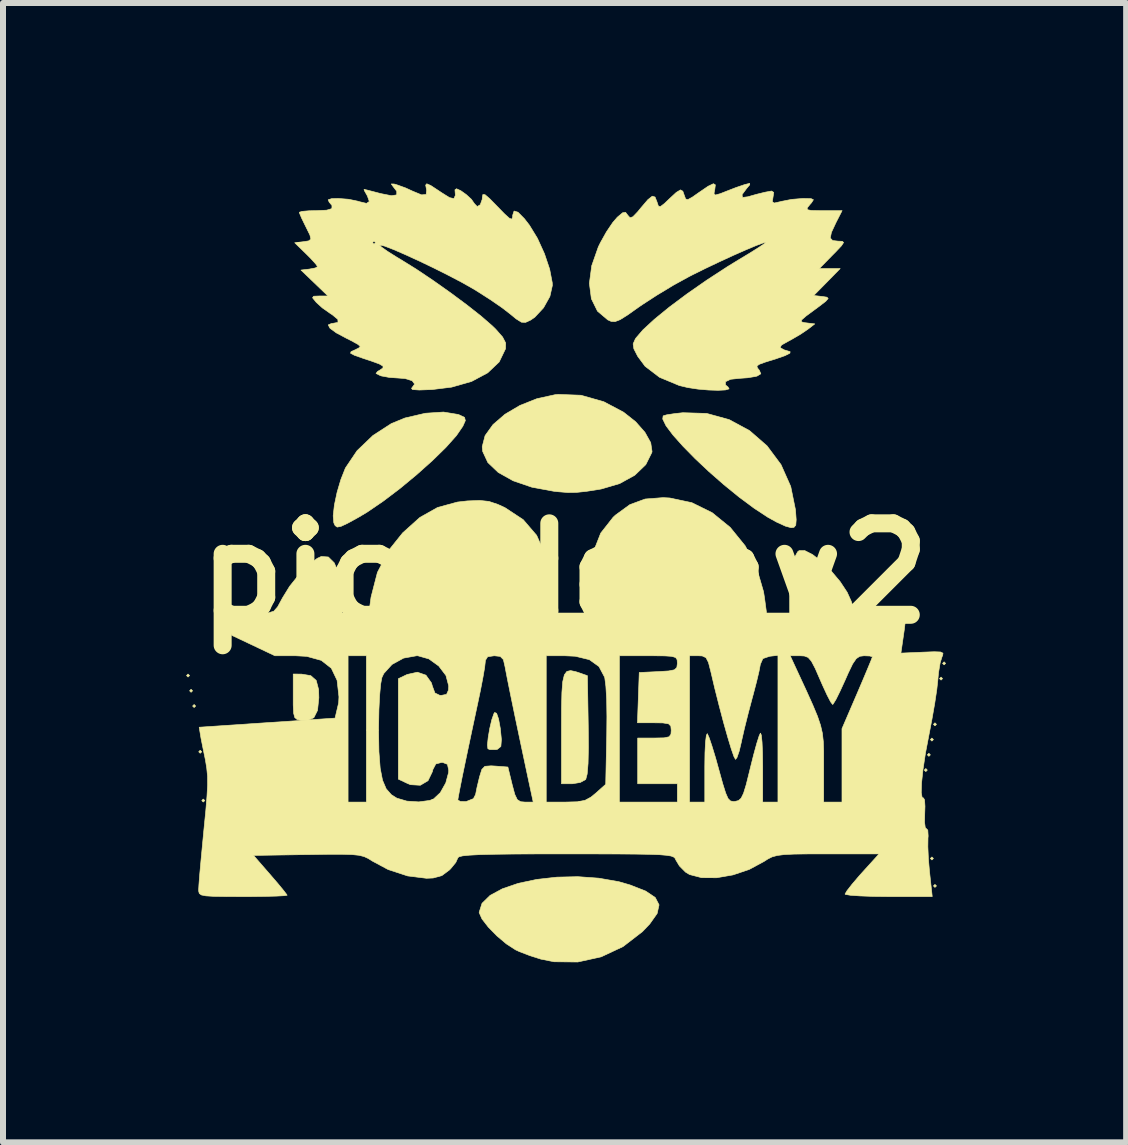
<source format=kicad_pcb>
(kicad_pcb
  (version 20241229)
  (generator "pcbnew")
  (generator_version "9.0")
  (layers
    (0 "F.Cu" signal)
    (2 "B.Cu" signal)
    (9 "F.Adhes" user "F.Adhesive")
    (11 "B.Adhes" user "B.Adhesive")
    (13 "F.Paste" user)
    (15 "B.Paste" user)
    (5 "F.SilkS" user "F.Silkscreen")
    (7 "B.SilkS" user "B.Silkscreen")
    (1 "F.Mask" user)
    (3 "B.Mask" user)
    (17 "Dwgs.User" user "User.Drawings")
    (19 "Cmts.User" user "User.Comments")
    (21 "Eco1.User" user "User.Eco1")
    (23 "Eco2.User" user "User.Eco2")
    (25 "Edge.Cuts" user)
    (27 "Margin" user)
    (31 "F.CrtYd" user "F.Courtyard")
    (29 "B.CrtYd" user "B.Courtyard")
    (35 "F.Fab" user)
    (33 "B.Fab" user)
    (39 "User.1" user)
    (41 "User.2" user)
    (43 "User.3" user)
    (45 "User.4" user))
  (footprint "picademy2"
    (layer "F.Cu")
    (at 6.357 6.505)
    (property "Reference" "picademy2" (at 0 0 0) (layer "F.SilkS") (effects (font (size 1.524 1.524) (thickness 0.3))))
    (attr through_hole)
    (fp_poly (pts (xy -6.248 1.702) (xy -6.274 1.727) (xy -6.299 1.702) (xy -6.274 1.676) (xy -6.248 1.702)) (stroke (width 0.01) (type solid)) (fill yes) (layer "F.SilkS"))
    (fp_poly (pts (xy -6.198 1.956) (xy -6.223 1.981) (xy -6.248 1.956) (xy -6.223 1.93) (xy -6.198 1.956)) (stroke (width 0.01) (type solid)) (fill yes) (layer "F.SilkS"))
    (fp_poly (pts (xy -6.147 2.21) (xy -6.172 2.235) (xy -6.198 2.21) (xy -6.172 2.184) (xy -6.147 2.21)) (stroke (width 0.01) (type solid)) (fill yes) (layer "F.SilkS"))
    (fp_poly (pts (xy -6.045 2.972) (xy -6.071 2.997) (xy -6.096 2.972) (xy -6.071 2.946) (xy -6.045 2.972)) (stroke (width 0.01) (type solid)) (fill yes) (layer "F.SilkS"))
    (fp_poly (pts (xy -5.994 3.785) (xy -6.02 3.81) (xy -6.045 3.785) (xy -6.02 3.759) (xy -5.994 3.785)) (stroke (width 0.01) (type solid)) (fill yes) (layer "F.SilkS"))
    (fp_poly (pts (xy 6.045 3.277) (xy 6.02 3.302) (xy 5.994 3.277) (xy 6.02 3.251) (xy 6.045 3.277)) (stroke (width 0.01) (type solid)) (fill yes) (layer "F.SilkS"))
    (fp_poly (pts (xy 6.096 3.023) (xy 6.071 3.048) (xy 6.045 3.023) (xy 6.071 2.997) (xy 6.096 3.023)) (stroke (width 0.01) (type solid)) (fill yes) (layer "F.SilkS"))
    (fp_poly (pts (xy 6.147 2.769) (xy 6.121 2.794) (xy 6.096 2.769) (xy 6.121 2.743) (xy 6.147 2.769)) (stroke (width 0.01) (type solid)) (fill yes) (layer "F.SilkS"))
    (fp_poly (pts (xy 6.147 4.75) (xy 6.121 4.775) (xy 6.096 4.75) (xy 6.121 4.724) (xy 6.147 4.75)) (stroke (width 0.01) (type solid)) (fill yes) (layer "F.SilkS"))
    (fp_poly (pts (xy 6.198 2.515) (xy 6.172 2.54) (xy 6.147 2.515) (xy 6.172 2.489) (xy 6.198 2.515)) (stroke (width 0.01) (type solid)) (fill yes) (layer "F.SilkS"))
    (fp_poly (pts (xy 6.198 5.207) (xy 6.172 5.232) (xy 6.147 5.207) (xy 6.172 5.182) (xy 6.198 5.207)) (stroke (width 0.01) (type solid)) (fill yes) (layer "F.SilkS"))
    (fp_poly (pts (xy 6.299 1.753) (xy 6.274 1.778) (xy 6.248 1.753) (xy 6.274 1.727) (xy 6.299 1.753)) (stroke (width 0.01) (type solid)) (fill yes) (layer "F.SilkS"))
    (fp_poly (pts (xy 6.35 1.499) (xy 6.325 1.524) (xy 6.299 1.499) (xy 6.325 1.473) (xy 6.35 1.499)) (stroke (width 0.01) (type solid)) (fill yes) (layer "F.SilkS"))
    (fp_poly (pts (xy -4.381 1.678) (xy -4.229 1.703) (xy -4.138 1.783) (xy -4.098 1.935) (xy -4.094 2.073) (xy -4.116 2.282) (xy -4.177 2.404) (xy -4.287 2.452) (xy -4.381 2.45) (xy -4.453 2.436) (xy -4.494 2.404) (xy -4.514 2.331) (xy -4.521 2.194) (xy -4.521 2.054) (xy -4.521 1.676) (xy -4.381 1.678)) (stroke (width 0.01) (type solid)) (fill yes) (layer "F.SilkS"))
    (fp_poly (pts (xy -1.132 2.331) (xy -1.099 2.426) (xy -1.07 2.585) (xy -1.052 2.769) (xy -1.061 2.883) (xy -1.119 2.931) (xy -1.145 2.936) (xy -1.242 2.936) (xy -1.277 2.922) (xy -1.285 2.859) (xy -1.272 2.733) (xy -1.246 2.581) (xy -1.212 2.437) (xy -1.177 2.337) (xy -1.165 2.317) (xy -1.132 2.331)) (stroke (width 0.01) (type solid)) (fill yes) (layer "F.SilkS"))
    (fp_poly (pts (xy 0.186 1.637) (xy 0.247 1.657) (xy 0.381 1.704) (xy 0.395 2.534) (xy 0.398 2.899) (xy 0.392 3.167) (xy 0.377 3.343) (xy 0.354 3.43) (xy 0.351 3.435) (xy 0.263 3.483) (xy 0.129 3.505) (xy 0.121 3.505) (xy -0.051 3.505) (xy -0.051 2.589) (xy -0.05 2.241) (xy -0.044 1.983) (xy -0.03 1.803) (xy -0.003 1.69) (xy 0.039 1.633) (xy 0.101 1.619) (xy 0.186 1.637)) (stroke (width 0.01) (type solid)) (fill yes) (layer "F.SilkS"))
    (fp_poly (pts (xy 2.369 -2.666) (xy 2.743 -2.563) (xy 3.082 -2.38) (xy 3.374 -2.126) (xy 3.607 -1.813) (xy 3.769 -1.449) (xy 3.848 -1.061) (xy 3.86 -0.894) (xy 3.853 -0.804) (xy 3.823 -0.768) (xy 3.776 -0.762) (xy 3.683 -0.787) (xy 3.538 -0.853) (xy 3.389 -0.935) (xy 3.158 -1.087) (xy 2.91 -1.271) (xy 2.656 -1.478) (xy 2.408 -1.695) (xy 2.177 -1.912) (xy 1.973 -2.12) (xy 1.807 -2.306) (xy 1.691 -2.46) (xy 1.636 -2.573) (xy 1.643 -2.625) (xy 1.703 -2.643) (xy 1.834 -2.663) (xy 1.972 -2.678) (xy 2.369 -2.666)) (stroke (width 0.01) (type solid)) (fill yes) (layer "F.SilkS"))
    (fp_poly (pts (xy -1.773 -2.649) (xy -1.754 -2.642) (xy -1.666 -2.6) (xy -1.653 -2.546) (xy -1.695 -2.452) (xy -1.802 -2.296) (xy -1.977 -2.1) (xy -2.204 -1.878) (xy -2.465 -1.645) (xy -2.744 -1.414) (xy -3.024 -1.202) (xy -3.288 -1.022) (xy -3.432 -0.936) (xy -3.612 -0.837) (xy -3.725 -0.784) (xy -3.788 -0.772) (xy -3.823 -0.797) (xy -3.845 -0.844) (xy -3.855 -0.96) (xy -3.835 -1.14) (xy -3.79 -1.352) (xy -3.727 -1.565) (xy -3.654 -1.75) (xy -3.649 -1.76) (xy -3.457 -2.045) (xy -3.193 -2.298) (xy -2.886 -2.497) (xy -2.659 -2.59) (xy -2.319 -2.669) (xy -2.017 -2.689) (xy -1.773 -2.649)) (stroke (width 0.01) (type solid)) (fill yes) (layer "F.SilkS"))
    (fp_poly (pts (xy 0.57 5.078) (xy 0.906 5.137) (xy 1.092 5.191) (xy 1.352 5.293) (xy 1.512 5.401) (xy 1.575 5.523) (xy 1.543 5.667) (xy 1.419 5.842) (xy 1.298 5.969) (xy 0.975 6.218) (xy 0.61 6.389) (xy 0.22 6.475) (xy -0.174 6.471) (xy -0.395 6.427) (xy -0.58 6.368) (xy -0.75 6.303) (xy -0.815 6.273) (xy -0.968 6.174) (xy -1.127 6.04) (xy -1.271 5.893) (xy -1.376 5.757) (xy -1.422 5.653) (xy -1.422 5.645) (xy -1.375 5.497) (xy -1.24 5.365) (xy -1.034 5.254) (xy -0.771 5.164) (xy -0.464 5.099) (xy -0.129 5.061) (xy 0.221 5.053) (xy 0.57 5.078)) (stroke (width 0.01) (type solid)) (fill yes) (layer "F.SilkS"))
    (fp_poly (pts (xy 0.274 -2.969) (xy 0.654 -2.861) (xy 0.983 -2.687) (xy 1.185 -2.527) (xy 1.34 -2.351) (xy 1.436 -2.179) (xy 1.458 -2.031) (xy 1.455 -2.016) (xy 1.354 -1.813) (xy 1.17 -1.636) (xy 0.918 -1.497) (xy 0.616 -1.408) (xy 0.584 -1.402) (xy 0.361 -1.367) (xy 0.198 -1.35) (xy 0.056 -1.348) (xy -0.105 -1.361) (xy -0.178 -1.369) (xy -0.545 -1.437) (xy -0.857 -1.544) (xy -1.105 -1.683) (xy -1.278 -1.848) (xy -1.364 -2.033) (xy -1.372 -2.111) (xy -1.324 -2.296) (xy -1.192 -2.48) (xy -0.993 -2.652) (xy -0.742 -2.8) (xy -0.459 -2.912) (xy -0.158 -2.978) (xy -0.105 -2.983) (xy 0.274 -2.969)) (stroke (width 0.01) (type solid)) (fill yes) (layer "F.SilkS"))
    (fp_poly (pts (xy 3.086 -6.476) (xy 3.035 -6.416) (xy 2.958 -6.312) (xy 2.965 -6.265) (xy 3.054 -6.276) (xy 3.061 -6.278) (xy 3.194 -6.316) (xy 3.34 -6.352) (xy 3.45 -6.372) (xy 3.486 -6.349) (xy 3.474 -6.27) (xy 3.462 -6.193) (xy 3.495 -6.172) (xy 3.598 -6.195) (xy 3.614 -6.2) (xy 3.786 -6.233) (xy 3.971 -6.248) (xy 3.983 -6.248) (xy 4.108 -6.245) (xy 4.147 -6.227) (xy 4.116 -6.177) (xy 4.089 -6.147) (xy 4.044 -6.091) (xy 4.045 -6.061) (xy 4.111 -6.048) (xy 4.257 -6.045) (xy 4.311 -6.045) (xy 4.625 -6.045) (xy 4.522 -5.844) (xy 4.447 -5.683) (xy 4.428 -5.589) (xy 4.467 -5.547) (xy 4.557 -5.537) (xy 4.629 -5.534) (xy 4.65 -5.514) (xy 4.615 -5.46) (xy 4.517 -5.356) (xy 4.47 -5.309) (xy 4.246 -5.08) (xy 4.593 -5.08) (xy 4.373 -4.855) (xy 4.152 -4.631) (xy 4.299 -4.614) (xy 4.372 -4.603) (xy 4.393 -4.581) (xy 4.353 -4.535) (xy 4.243 -4.45) (xy 4.167 -4.394) (xy 4.022 -4.287) (xy 3.951 -4.225) (xy 3.945 -4.193) (xy 3.996 -4.179) (xy 4.029 -4.175) (xy 4.17 -4.158) (xy 4.054 -4.068) (xy 3.933 -3.986) (xy 3.777 -3.895) (xy 3.734 -3.872) (xy 3.616 -3.806) (xy 3.591 -3.763) (xy 3.66 -3.725) (xy 3.759 -3.695) (xy 3.755 -3.67) (xy 3.672 -3.628) (xy 3.531 -3.579) (xy 3.348 -3.522) (xy 3.246 -3.485) (xy 3.206 -3.456) (xy 3.214 -3.424) (xy 3.245 -3.386) (xy 3.271 -3.327) (xy 3.211 -3.29) (xy 3.189 -3.283) (xy 3.049 -3.26) (xy 2.921 -3.251) (xy 2.767 -3.235) (xy 2.683 -3.195) (xy 2.681 -3.142) (xy 2.724 -3.106) (xy 2.742 -3.075) (xy 2.68 -3.057) (xy 2.559 -3.051) (xy 2.4 -3.056) (xy 2.225 -3.071) (xy 2.054 -3.097) (xy 1.912 -3.131) (xy 1.583 -3.268) (xy 1.342 -3.452) (xy 1.219 -3.618) (xy 1.155 -3.743) (xy 1.143 -3.825) (xy 1.178 -3.904) (xy 1.19 -3.923) (xy 1.307 -4.059) (xy 1.498 -4.235) (xy 1.748 -4.439) (xy 2.044 -4.66) (xy 2.37 -4.887) (xy 2.712 -5.11) (xy 2.908 -5.23) (xy 3.094 -5.342) (xy 3.241 -5.435) (xy 3.332 -5.496) (xy 3.353 -5.514) (xy 3.31 -5.507) (xy 3.194 -5.464) (xy 3.022 -5.392) (xy 2.811 -5.299) (xy 2.581 -5.193) (xy 2.347 -5.082) (xy 2.129 -4.974) (xy 2.071 -4.944) (xy 1.816 -4.804) (xy 1.541 -4.638) (xy 1.293 -4.477) (xy 1.229 -4.433) (xy 1.047 -4.304) (xy 0.925 -4.228) (xy 0.842 -4.196) (xy 0.778 -4.199) (xy 0.72 -4.225) (xy 0.549 -4.37) (xy 0.447 -4.577) (xy 0.414 -4.834) (xy 0.453 -5.127) (xy 0.563 -5.441) (xy 0.598 -5.512) (xy 0.698 -5.691) (xy 0.804 -5.848) (xy 0.879 -5.935) (xy 0.968 -6.01) (xy 1.017 -6.017) (xy 1.055 -5.967) (xy 1.091 -5.927) (xy 1.139 -5.943) (xy 1.219 -6.026) (xy 1.271 -6.09) (xy 1.388 -6.227) (xy 1.462 -6.286) (xy 1.508 -6.272) (xy 1.541 -6.19) (xy 1.542 -6.186) (xy 1.564 -6.121) (xy 1.597 -6.112) (xy 1.665 -6.164) (xy 1.741 -6.237) (xy 1.862 -6.349) (xy 1.932 -6.391) (xy 1.971 -6.369) (xy 1.997 -6.296) (xy 2.018 -6.239) (xy 2.055 -6.229) (xy 2.131 -6.271) (xy 2.239 -6.347) (xy 2.393 -6.452) (xy 2.481 -6.494) (xy 2.513 -6.475) (xy 2.504 -6.401) (xy 2.49 -6.329) (xy 2.513 -6.305) (xy 2.595 -6.328) (xy 2.699 -6.369) (xy 2.854 -6.429) (xy 2.994 -6.477) (xy 2.997 -6.478) (xy 3.085 -6.5) (xy 3.086 -6.476)) (stroke (width 0.01) (type solid)) (fill yes) (layer "F.SilkS"))
    (fp_poly (pts (xy -2.229 -6.464) (xy -2.1 -6.379) (xy -2.054 -6.348) (xy -1.917 -6.262) (xy -1.843 -6.246) (xy -1.819 -6.301) (xy -1.826 -6.392) (xy -1.8 -6.41) (xy -1.728 -6.377) (xy -1.637 -6.312) (xy -1.552 -6.234) (xy -1.502 -6.162) (xy -1.501 -6.161) (xy -1.455 -6.113) (xy -1.404 -6.144) (xy -1.372 -6.233) (xy -1.37 -6.264) (xy -1.361 -6.314) (xy -1.325 -6.311) (xy -1.248 -6.245) (xy -1.139 -6.134) (xy -1.002 -5.993) (xy -0.92 -5.919) (xy -0.879 -5.903) (xy -0.865 -5.938) (xy -0.864 -5.969) (xy -0.841 -6.039) (xy -0.776 -6.019) (xy -0.669 -5.911) (xy -0.586 -5.804) (xy -0.452 -5.585) (xy -0.335 -5.328) (xy -0.248 -5.07) (xy -0.205 -4.846) (xy -0.203 -4.798) (xy -0.244 -4.616) (xy -0.35 -4.426) (xy -0.496 -4.269) (xy -0.566 -4.221) (xy -0.649 -4.183) (xy -0.718 -4.186) (xy -0.806 -4.241) (xy -0.903 -4.321) (xy -1.04 -4.427) (xy -1.233 -4.56) (xy -1.447 -4.697) (xy -1.531 -4.748) (xy -1.715 -4.852) (xy -1.937 -4.968) (xy -2.178 -5.089) (xy -2.422 -5.206) (xy -2.651 -5.311) (xy -2.847 -5.396) (xy -2.994 -5.453) (xy -3.073 -5.473) (xy -3.08 -5.471) (xy -3.05 -5.438) (xy -2.95 -5.367) (xy -2.799 -5.272) (xy -2.732 -5.232) (xy -2.477 -5.074) (xy -2.195 -4.885) (xy -1.905 -4.68) (xy -1.63 -4.476) (xy -1.39 -4.287) (xy -1.207 -4.128) (xy -1.149 -4.072) (xy -1.032 -3.939) (xy -0.981 -3.84) (xy -0.983 -3.747) (xy -0.984 -3.742) (xy -1.089 -3.524) (xy -1.281 -3.342) (xy -1.549 -3.199) (xy -1.882 -3.104) (xy -2.206 -3.064) (xy -2.42 -3.056) (xy -2.535 -3.064) (xy -2.55 -3.086) (xy -2.546 -3.089) (xy -2.498 -3.155) (xy -2.539 -3.211) (xy -2.657 -3.247) (xy -2.759 -3.255) (xy -2.919 -3.266) (xy -3.05 -3.29) (xy -3.071 -3.297) (xy -3.141 -3.332) (xy -3.117 -3.365) (xy -3.077 -3.388) (xy -3.026 -3.423) (xy -3.025 -3.454) (xy -3.086 -3.49) (xy -3.223 -3.54) (xy -3.351 -3.582) (xy -3.501 -3.635) (xy -3.566 -3.669) (xy -3.557 -3.696) (xy -3.516 -3.714) (xy -3.429 -3.756) (xy -3.404 -3.783) (xy -3.445 -3.818) (xy -3.552 -3.877) (xy -3.63 -3.916) (xy -3.803 -4.008) (xy -3.908 -4.085) (xy -3.938 -4.141) (xy -3.883 -4.165) (xy -3.867 -4.166) (xy -3.775 -4.183) (xy -3.777 -4.233) (xy -3.871 -4.311) (xy -3.9 -4.329) (xy -4.036 -4.425) (xy -4.137 -4.517) (xy -4.199 -4.593) (xy -4.181 -4.619) (xy -4.087 -4.623) (xy -3.942 -4.623) (xy -4.167 -4.839) (xy -4.392 -5.055) (xy -4.254 -5.071) (xy -4.153 -5.09) (xy -4.115 -5.112) (xy -4.148 -5.159) (xy -4.233 -5.252) (xy -4.305 -5.324) (xy -4.496 -5.51) (xy -4.481 -5.512) (xy -3.2 -5.512) (xy -3.175 -5.486) (xy -3.15 -5.512) (xy -3.175 -5.537) (xy -3.2 -5.512) (xy -4.481 -5.512) (xy -4.356 -5.527) (xy -4.264 -5.541) (xy -4.227 -5.57) (xy -4.243 -5.639) (xy -4.308 -5.771) (xy -4.318 -5.791) (xy -4.38 -5.918) (xy -4.416 -6.003) (xy -4.42 -6.018) (xy -4.374 -6.033) (xy -4.255 -6.043) (xy -4.14 -6.045) (xy -3.963 -6.053) (xy -3.877 -6.079) (xy -3.875 -6.131) (xy -3.922 -6.187) (xy -3.939 -6.226) (xy -3.881 -6.245) (xy -3.773 -6.248) (xy -3.6 -6.235) (xy -3.446 -6.203) (xy -3.425 -6.196) (xy -3.3 -6.166) (xy -3.253 -6.198) (xy -3.286 -6.292) (xy -3.292 -6.302) (xy -3.335 -6.378) (xy -3.341 -6.4) (xy -3.288 -6.388) (xy -3.168 -6.357) (xy -3.061 -6.329) (xy -2.884 -6.294) (xy -2.796 -6.308) (xy -2.796 -6.368) (xy -2.857 -6.447) (xy -2.887 -6.49) (xy -2.84 -6.489) (xy -2.794 -6.476) (xy -2.65 -6.424) (xy -2.53 -6.369) (xy -2.382 -6.308) (xy -2.306 -6.315) (xy -2.298 -6.389) (xy -2.301 -6.401) (xy -2.314 -6.471) (xy -2.296 -6.493) (xy -2.229 -6.464)) (stroke (width 0.01) (type solid)) (fill yes) (layer "F.SilkS"))
    (fp_poly (pts (xy 1.754 -1.257) (xy 2.121 -1.179) (xy 2.46 -1.012) (xy 2.76 -0.768) (xy 3.01 -0.46) (xy 3.199 -0.098) (xy 3.316 0.305) (xy 3.332 0.406) (xy 3.366 0.66) (xy 3.752 0.66) (xy 3.751 0.292) (xy 3.766 -0.008) (xy 3.811 -0.228) (xy 3.884 -0.36) (xy 3.909 -0.38) (xy 4.002 -0.381) (xy 4.133 -0.314) (xy 4.286 -0.195) (xy 4.444 -0.04) (xy 4.591 0.135) (xy 4.709 0.313) (xy 4.776 0.461) (xy 4.847 0.674) (xy 5.268 0.644) (xy 5.479 0.629) (xy 5.607 0.632) (xy 5.669 0.672) (xy 5.682 0.766) (xy 5.662 0.934) (xy 5.644 1.058) (xy 5.605 1.328) (xy 5.973 1.312) (xy 6.161 1.305) (xy 6.266 1.309) (xy 6.306 1.329) (xy 6.3 1.368) (xy 6.29 1.389) (xy 6.259 1.49) (xy 6.232 1.651) (xy 6.221 1.77) (xy 6.203 1.935) (xy 6.168 2.168) (xy 6.121 2.436) (xy 6.073 2.687) (xy 6.014 2.995) (xy 5.973 3.268) (xy 5.949 3.491) (xy 5.944 3.652) (xy 5.959 3.735) (xy 5.982 3.742) (xy 5.999 3.774) (xy 6.006 3.881) (xy 6.002 3.999) (xy 5.999 4.146) (xy 6.011 4.237) (xy 6.028 4.252) (xy 6.053 4.278) (xy 6.059 4.376) (xy 6.056 4.411) (xy 6.054 4.555) (xy 6.063 4.757) (xy 6.082 4.975) (xy 6.084 4.991) (xy 6.127 5.385) (xy 5.401 5.385) (xy 5.142 5.382) (xy 4.924 5.374) (xy 4.764 5.363) (xy 4.681 5.349) (xy 4.674 5.343) (xy 4.706 5.288) (xy 4.791 5.179) (xy 4.912 5.037) (xy 4.957 4.987) (xy 5.241 4.674) (xy 4.375 4.674) (xy 4.059 4.674) (xy 3.826 4.677) (xy 3.66 4.685) (xy 3.544 4.7) (xy 3.459 4.723) (xy 3.389 4.758) (xy 3.322 4.801) (xy 3.077 4.933) (xy 2.806 5.024) (xy 2.534 5.071) (xy 2.285 5.07) (xy 2.084 5.018) (xy 2.016 4.977) (xy 1.914 4.874) (xy 1.854 4.774) (xy 1.842 4.747) (xy 1.819 4.726) (xy 1.775 4.709) (xy 1.699 4.697) (xy 1.582 4.687) (xy 1.413 4.681) (xy 1.183 4.677) (xy 0.881 4.675) (xy 0.498 4.674) (xy 0.023 4.674) (xy 0.022 4.674) (xy -0.468 4.674) (xy -0.865 4.676) (xy -1.178 4.68) (xy -1.415 4.686) (xy -1.585 4.695) (xy -1.696 4.706) (xy -1.758 4.721) (xy -1.778 4.739) (xy -1.778 4.74) (xy -1.812 4.816) (xy -1.897 4.92) (xy -1.92 4.943) (xy -2.045 5.036) (xy -2.188 5.075) (xy -2.3 5.08) (xy -2.614 5.041) (xy -2.94 4.934) (xy -3.201 4.794) (xy -3.271 4.75) (xy -3.34 4.718) (xy -3.424 4.697) (xy -3.54 4.685) (xy -3.705 4.68) (xy -3.937 4.68) (xy -4.251 4.685) (xy -4.285 4.685) (xy -5.182 4.699) (xy -4.903 5.02) (xy -4.775 5.169) (xy -4.678 5.287) (xy -4.627 5.354) (xy -4.623 5.363) (xy -4.671 5.37) (xy -4.802 5.377) (xy -5 5.382) (xy -5.245 5.385) (xy -5.359 5.385) (xy -5.646 5.384) (xy -5.847 5.381) (xy -5.977 5.373) (xy -6.051 5.358) (xy -6.086 5.333) (xy -6.096 5.296) (xy -6.097 5.271) (xy -6.092 5.184) (xy -6.079 5.015) (xy -6.058 4.783) (xy -6.032 4.508) (xy -6.01 4.277) (xy -5.978 3.955) (xy -5.958 3.713) (xy -5.948 3.528) (xy -5.949 3.379) (xy -5.962 3.245) (xy -5.985 3.104) (xy -6.016 2.956) (xy -6.058 2.745) (xy -6.088 2.563) (xy -3.824 2.411) (xy -3.764 2.156) (xy -3.759 2.057) (xy -3.79 1.781) (xy -3.886 1.58) (xy -4.053 1.449) (xy -4.296 1.382) (xy -4.482 1.372) (xy -3.607 1.372) (xy -3.607 3.81) (xy -3.302 3.81) (xy -3.302 2.611) (xy -3.099 2.611) (xy -3.093 2.971) (xy -3.072 3.245) (xy -3.033 3.446) (xy -2.972 3.589) (xy -2.885 3.688) (xy -2.794 3.745) (xy -2.628 3.794) (xy -2.429 3.807) (xy -2.248 3.783) (xy -2.229 3.776) (xy -1.778 3.776) (xy -1.735 3.8) (xy -1.639 3.801) (xy -1.518 3.753) (xy -1.482 3.683) (xy -1.459 3.567) (xy -1.422 3.413) (xy -1.416 3.388) (xy -1.378 3.266) (xy -1.327 3.214) (xy -1.225 3.206) (xy -1.155 3.21) (xy -0.944 3.226) (xy -0.873 3.518) (xy -0.829 3.682) (xy -0.787 3.77) (xy -0.731 3.804) (xy -0.662 3.81) (xy -0.522 3.81) (xy -0.612 3.391) (xy -0.728 2.844) (xy -0.824 2.388) (xy -0.899 2.025) (xy -0.953 1.757) (xy -0.986 1.586) (xy -0.99 1.562) (xy -1.019 1.436) (xy -1.071 1.383) (xy -1.171 1.372) (xy -0.305 1.372) (xy -0.305 3.81) (xy 0.025 3.81) (xy 0.215 3.805) (xy 0.341 3.781) (xy 0.441 3.727) (xy 0.52 3.662) (xy 0.686 3.514) (xy 0.703 2.711) (xy 0.706 2.386) (xy 0.702 2.104) (xy 0.689 1.884) (xy 0.671 1.743) (xy 0.667 1.728) (xy 0.574 1.552) (xy 0.414 1.437) (xy 0.179 1.38) (xy 0.005 1.372) (xy 0.914 1.372) (xy 0.914 3.81) (xy 1.88 3.81) (xy 1.88 3.505) (xy 1.219 3.505) (xy 1.219 2.743) (xy 1.499 2.743) (xy 1.659 2.74) (xy 1.742 2.722) (xy 1.773 2.68) (xy 1.778 2.616) (xy 1.771 2.544) (xy 1.733 2.506) (xy 1.639 2.491) (xy 1.497 2.489) (xy 1.215 2.489) (xy 1.23 2.07) (xy 1.245 1.651) (xy 1.562 1.636) (xy 1.736 1.625) (xy 1.831 1.606) (xy 1.871 1.568) (xy 1.88 1.502) (xy 1.88 1.496) (xy 1.876 1.438) (xy 1.852 1.402) (xy 1.79 1.382) (xy 1.669 1.374) (xy 1.472 1.372) (xy 1.397 1.372) (xy 2.083 1.372) (xy 2.083 3.81) (xy 2.337 3.81) (xy 2.337 3.216) (xy 2.34 2.989) (xy 2.349 2.811) (xy 2.363 2.698) (xy 2.379 2.669) (xy 2.379 2.67) (xy 2.409 2.736) (xy 2.457 2.878) (xy 2.517 3.075) (xy 2.57 3.266) (xy 2.636 3.504) (xy 2.685 3.66) (xy 2.725 3.751) (xy 2.766 3.792) (xy 2.815 3.801) (xy 2.842 3.799) (xy 2.899 3.785) (xy 2.943 3.745) (xy 2.983 3.663) (xy 3.027 3.52) (xy 3.082 3.299) (xy 3.096 3.241) (xy 3.152 3.018) (xy 3.203 2.832) (xy 3.243 2.706) (xy 3.264 2.661) (xy 3.279 2.694) (xy 3.291 2.81) (xy 3.299 2.991) (xy 3.302 3.217) (xy 3.302 3.81) (xy 3.556 3.81) (xy 3.556 1.372) (xy 3.76 1.372) (xy 3.883 1.638) (xy 4.029 1.953) (xy 4.137 2.193) (xy 4.215 2.38) (xy 4.266 2.531) (xy 4.297 2.665) (xy 4.312 2.802) (xy 4.318 2.961) (xy 4.318 3.161) (xy 4.318 3.206) (xy 4.318 3.81) (xy 4.623 3.81) (xy 4.623 2.587) (xy 4.877 1.997) (xy 4.973 1.772) (xy 5.052 1.584) (xy 5.107 1.451) (xy 5.13 1.39) (xy 5.131 1.389) (xy 5.087 1.376) (xy 4.991 1.372) (xy 4.919 1.381) (xy 4.861 1.42) (xy 4.801 1.507) (xy 4.727 1.661) (xy 4.675 1.779) (xy 4.592 1.96) (xy 4.523 2.1) (xy 4.476 2.176) (xy 4.467 2.184) (xy 4.434 2.141) (xy 4.374 2.025) (xy 4.297 1.858) (xy 4.262 1.778) (xy 4.177 1.583) (xy 4.114 1.463) (xy 4.059 1.4) (xy 3.996 1.376) (xy 3.925 1.372) (xy 3.76 1.372) (xy 3.556 1.372) (xy 3.556 1.365) (xy 3.416 1.381) (xy 3.305 1.419) (xy 3.262 1.516) (xy 3.261 1.524) (xy 3.241 1.63) (xy 3.2 1.803) (xy 3.146 2.01) (xy 3.126 2.083) (xy 3.062 2.325) (xy 3 2.572) (xy 2.953 2.777) (xy 2.947 2.807) (xy 2.91 2.963) (xy 2.873 3.069) (xy 2.849 3.099) (xy 2.823 3.052) (xy 2.778 2.923) (xy 2.719 2.728) (xy 2.65 2.484) (xy 2.577 2.207) (xy 2.503 1.914) (xy 2.438 1.638) (xy 2.398 1.483) (xy 2.357 1.404) (xy 2.295 1.375) (xy 2.23 1.372) (xy 2.083 1.372) (xy 1.397 1.372) (xy 0.914 1.372) (xy 0.005 1.372) (xy -0.305 1.372) (xy -1.171 1.372) (xy -1.281 1.388) (xy -1.319 1.449) (xy -1.321 1.475) (xy -1.331 1.565) (xy -1.359 1.729) (xy -1.4 1.943) (xy -1.443 2.148) (xy -1.552 2.659) (xy -1.639 3.072) (xy -1.705 3.389) (xy -1.749 3.611) (xy -1.773 3.741) (xy -1.778 3.776) (xy -2.229 3.776) (xy -2.182 3.758) (xy -2.07 3.653) (xy -1.979 3.491) (xy -1.932 3.317) (xy -1.93 3.279) (xy -1.951 3.181) (xy -2.03 3.15) (xy -2.051 3.15) (xy -2.145 3.175) (xy -2.194 3.268) (xy -2.202 3.303) (xy -2.275 3.454) (xy -2.403 3.53) (xy -2.568 3.52) (xy -2.623 3.497) (xy -2.769 3.428) (xy -2.769 1.754) (xy -2.623 1.684) (xy -2.452 1.646) (xy -2.31 1.695) (xy -2.218 1.824) (xy -2.202 1.879) (xy -2.16 1.992) (xy -2.079 2.031) (xy -2.051 2.032) (xy -1.966 2.015) (xy -1.934 1.944) (xy -1.93 1.875) (xy -1.976 1.701) (xy -2.096 1.543) (xy -2.261 1.424) (xy -2.445 1.372) (xy -2.465 1.372) (xy -2.682 1.411) (xy -2.875 1.517) (xy -3.012 1.668) (xy -3.044 1.736) (xy -3.064 1.844) (xy -3.081 2.031) (xy -3.093 2.27) (xy -3.098 2.54) (xy -3.099 2.611) (xy -3.302 2.611) (xy -3.302 1.372) (xy -3.607 1.372) (xy -4.482 1.372) (xy -4.826 1.372) (xy -5.546 1.031) (xy -5.569 0.982) (xy -5.575 0.983) (xy -5.598 0.953) (xy -5.612 0.849) (xy -5.613 0.79) (xy -5.61 0.655) (xy -5.587 0.599) (xy -5.523 0.6) (xy -5.461 0.617) (xy -5.314 0.644) (xy -5.13 0.659) (xy -5.068 0.66) (xy -4.93 0.656) (xy -4.844 0.629) (xy -4.78 0.556) (xy -4.704 0.416) (xy -4.698 0.405) (xy -4.581 0.215) (xy -4.43 0.026) (xy -4.269 -0.138) (xy -4.121 -0.251) (xy -4.054 -0.282) (xy -3.936 -0.274) (xy -3.837 -0.176) (xy -3.763 0.000369) (xy -3.719 0.245) (xy -3.71 0.445) (xy -3.708 0.66) (xy -3.261 0.66) (xy -3.224 0.394) (xy -3.118 -0.017) (xy -2.917 -0.401) (xy -2.697 -0.676) (xy -2.412 -0.932) (xy -2.116 -1.099) (xy -1.786 -1.189) (xy -1.62 -1.208) (xy -1.413 -1.216) (xy -1.26 -1.2) (xy -1.111 -1.15) (xy -0.993 -1.096) (xy -0.689 -0.896) (xy -0.465 -0.635) (xy -0.323 -0.317) (xy -0.266 0.054) (xy -0.273 0.314) (xy -0.306 0.66) (xy 0.516 0.66) (xy 0.479 0.495) (xy 0.46 0.355) (xy 0.446 0.161) (xy 0.443 -0.001) (xy 0.482 -0.364) (xy 0.603 -0.672) (xy 0.81 -0.936) (xy 0.849 -0.972) (xy 1.088 -1.146) (xy 1.343 -1.24) (xy 1.642 -1.263) (xy 1.754 -1.257)) (stroke (width 0.01) (type solid)) (fill yes) (layer "F.SilkS")))
  (gr_rect
    (start -3 -3)
    (end 15.715 15.985)
    (stroke (width 0.1) (type default))
    (fill no)
    (layer "Edge.Cuts")))
</source>
